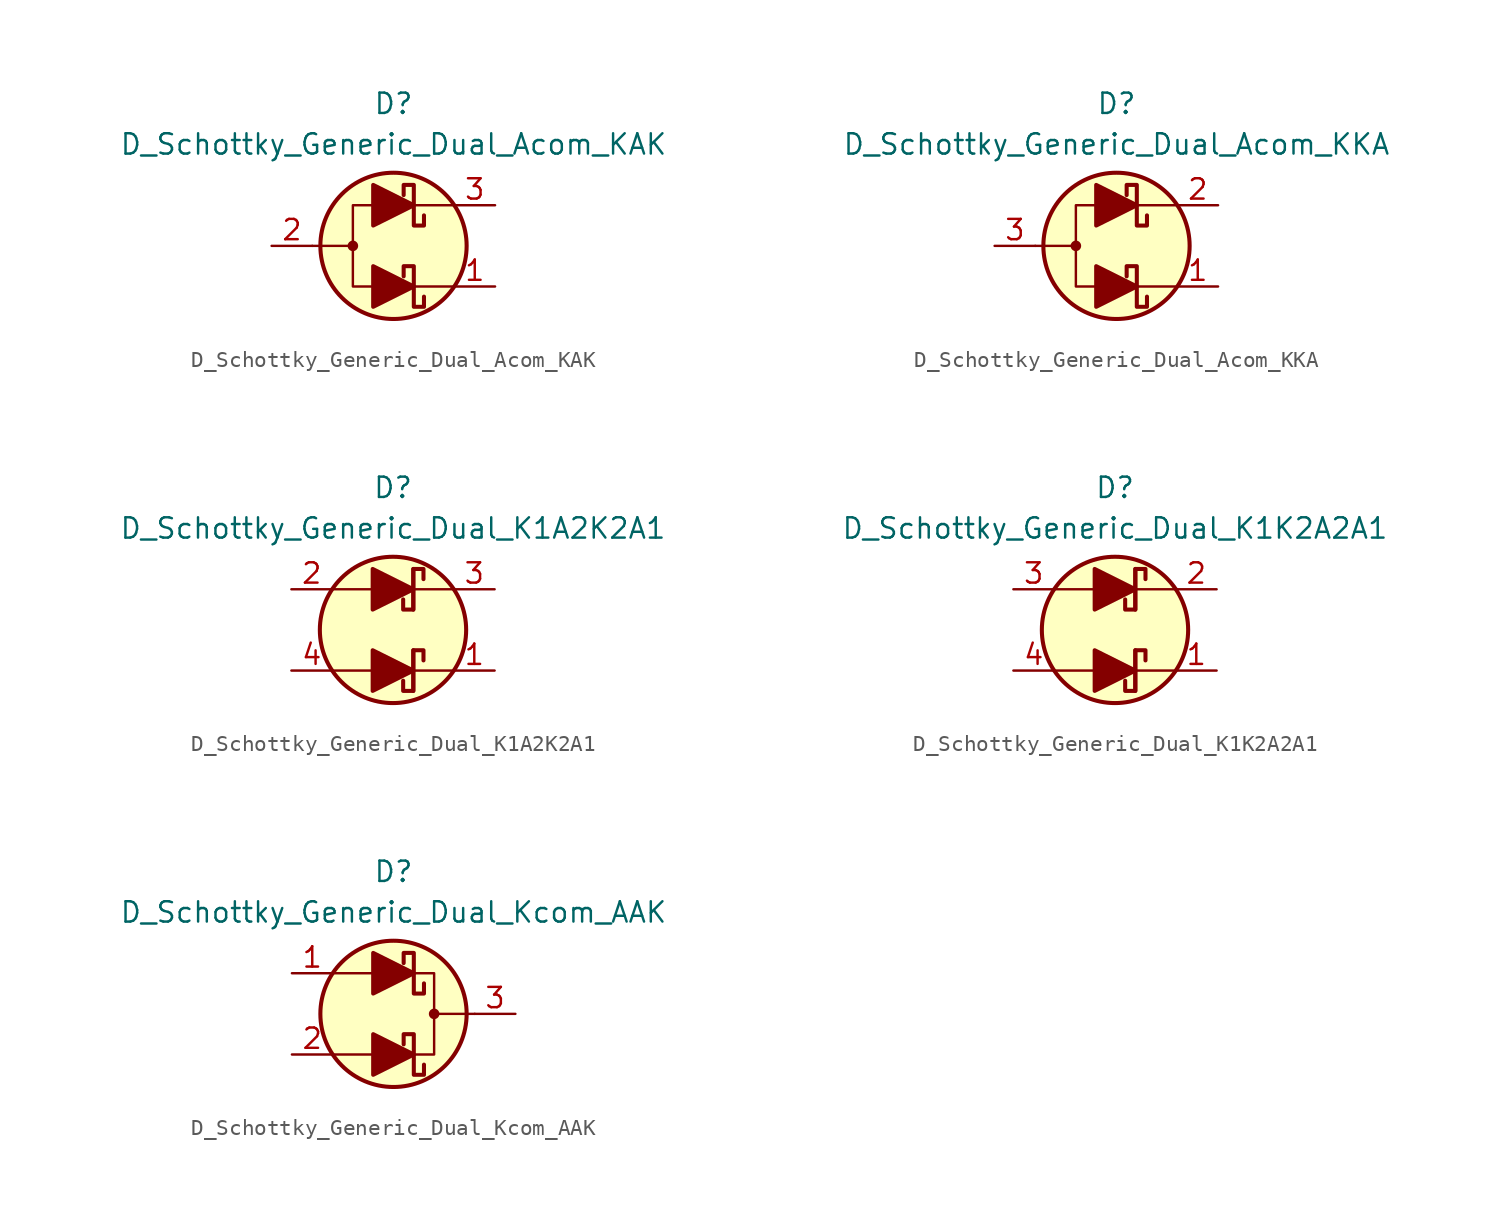
<source format=kicad_sym>
(kicad_symbol_lib
  (version 20201005)
  (generator kicad_symbol_editor)
  (symbol "Diode_Schottky_AKL:D_Schottky_Generic_Dual_Acom_KAK"
    (pin_names
      (offset 1.016) hide)
    (property "Reference" "D"
      (at 0 8.89 0)
      (effects (font (size 1.27 1.27))))
    (property "Value" "D_Schottky_Generic_Dual_Acom_KAK"
      (at 0 6.35 0)
      (effects (font (size 1.27 1.27))))
    (symbol "D_Schottky_Generic_Dual_Acom_KAK_0_1"
      (circle (center -2.54 0) (radius 0.254) (stroke (width 0)) (fill (type outline)))
      (circle (center 0 0) (radius 4.572) (stroke (width 0.254)) (fill (type background)))
      (polyline (pts (xy -5.08 0) (xy -2.54 0)) (stroke (width 0)) (fill (type none)))
      (polyline (pts (xy 1.27 -2.54) (xy 3.81 -2.54)) (stroke (width 0)) (fill (type none)))
      (polyline (pts (xy 1.27 2.54) (xy 3.81 2.54)) (stroke (width 0)) (fill (type none)))
      (polyline (pts (xy -1.27 2.54) (xy -2.54 2.54) (xy -2.54 -2.54) (xy -1.27 -2.54)) (stroke (width 0)) (fill (type none))))
    (symbol "D_Schottky_Generic_Dual_Acom_KAK_1_1"
      (polyline (pts (xy -1.27 -2.54) (xy 1.27 -2.54)) (stroke (width 0)) (fill (type none)))
      (polyline (pts (xy -1.27 2.54) (xy 1.27 2.54)) (stroke (width 0)) (fill (type none)))
      (polyline (pts (xy 1.905 -3.175) (xy 1.905 -3.81) (xy 1.27 -3.81) (xy 1.27 -1.27) (xy 0.635 -1.27) (xy 0.635 -1.905)) (stroke (width 0.254)) (fill (type none)))
      (polyline (pts (xy 1.905 1.905) (xy 1.905 1.27) (xy 1.27 1.27) (xy 1.27 3.81) (xy 0.635 3.81) (xy 0.635 3.175)) (stroke (width 0.254)) (fill (type none)))
      (polyline (pts (xy -1.27 -3.81) (xy -1.27 -1.27) (xy 1.27 -2.54) (xy -1.27 -3.81)) (stroke (width 0.254)) (fill (type outline)))
      (polyline (pts (xy -1.27 1.27) (xy -1.27 3.81) (xy 1.27 2.54) (xy -1.27 1.27)) (stroke (width 0.254)) (fill (type outline)))
      (pin passive line (at 6.35 -2.54 180) (length 2.54) (name "K1" (effects (font (size 1.27 1.27)))) (number "1" (effects (font (size 1.27 1.27)))))
      (pin passive line (at -7.62 0 0) (length 2.54) (name "A" (effects (font (size 1.27 1.27)))) (number "2" (effects (font (size 1.27 1.27)))))
      (pin passive line (at 6.35 2.54 180) (length 2.54) (name "K2" (effects (font (size 1.27 1.27)))) (number "3" (effects (font (size 1.27 1.27)))))))
  (symbol "Diode_Schottky_AKL:D_Schottky_Generic_Dual_Acom_KKA"
    (pin_names
      (offset 1.016) hide)
    (property "Reference" "D"
      (at 0 8.89 0)
      (effects (font (size 1.27 1.27))))
    (property "Value" "D_Schottky_Generic_Dual_Acom_KKA"
      (at 0 6.35 0)
      (effects (font (size 1.27 1.27))))
    (symbol "D_Schottky_Generic_Dual_Acom_KKA_0_1"
      (circle (center -2.54 0) (radius 0.254) (stroke (width 0)) (fill (type outline)))
      (circle (center 0 0) (radius 4.572) (stroke (width 0.254)) (fill (type background)))
      (polyline (pts (xy -5.08 0) (xy -2.54 0)) (stroke (width 0)) (fill (type none)))
      (polyline (pts (xy 1.27 -2.54) (xy 3.81 -2.54)) (stroke (width 0)) (fill (type none)))
      (polyline (pts (xy 1.27 2.54) (xy 3.81 2.54)) (stroke (width 0)) (fill (type none)))
      (polyline (pts (xy -1.27 2.54) (xy -2.54 2.54) (xy -2.54 -2.54) (xy -1.27 -2.54)) (stroke (width 0)) (fill (type none))))
    (symbol "D_Schottky_Generic_Dual_Acom_KKA_1_1"
      (polyline (pts (xy -1.27 -2.54) (xy 1.27 -2.54)) (stroke (width 0)) (fill (type none)))
      (polyline (pts (xy -1.27 2.54) (xy 1.27 2.54)) (stroke (width 0)) (fill (type none)))
      (polyline (pts (xy 1.905 -3.175) (xy 1.905 -3.81) (xy 1.27 -3.81) (xy 1.27 -1.27) (xy 0.635 -1.27) (xy 0.635 -1.905)) (stroke (width 0.254)) (fill (type none)))
      (polyline (pts (xy 1.905 1.905) (xy 1.905 1.27) (xy 1.27 1.27) (xy 1.27 3.81) (xy 0.635 3.81) (xy 0.635 3.175)) (stroke (width 0.254)) (fill (type none)))
      (polyline (pts (xy -1.27 -3.81) (xy -1.27 -1.27) (xy 1.27 -2.54) (xy -1.27 -3.81)) (stroke (width 0.254)) (fill (type outline)))
      (polyline (pts (xy -1.27 1.27) (xy -1.27 3.81) (xy 1.27 2.54) (xy -1.27 1.27)) (stroke (width 0.254)) (fill (type outline)))
      (pin passive line (at 6.35 -2.54 180) (length 2.54) (name "K1" (effects (font (size 1.27 1.27)))) (number "1" (effects (font (size 1.27 1.27)))))
      (pin passive line (at 6.35 2.54 180) (length 2.54) (name "K2" (effects (font (size 1.27 1.27)))) (number "2" (effects (font (size 1.27 1.27)))))
      (pin passive line (at -7.62 0 0) (length 2.54) (name "A" (effects (font (size 1.27 1.27)))) (number "3" (effects (font (size 1.27 1.27)))))))
  (symbol "Diode_Schottky_AKL:D_Schottky_Generic_Dual_K1A2K2A1"
    (pin_names
      (offset 1.016) hide)
    (property "Reference" "D"
      (at 0 8.89 0)
      (effects (font (size 1.27 1.27))))
    (property "Value" "D_Schottky_Generic_Dual_K1A2K2A1"
      (at 0 6.35 0)
      (effects (font (size 1.27 1.27))))
    (symbol "D_Schottky_Generic_Dual_K1A2K2A1_0_1"
      (circle (center 0 0) (radius 4.572) (stroke (width 0.254)) (fill (type background)))
      (polyline (pts (xy -3.81 -2.54) (xy -1.27 -2.54)) (stroke (width 0)) (fill (type none)))
      (polyline (pts (xy -3.81 2.54) (xy -1.27 2.54)) (stroke (width 0)) (fill (type none)))
      (polyline (pts (xy 1.27 -3.81) (xy 1.27 -1.27)) (stroke (width 0.254)) (fill (type none)))
      (polyline (pts (xy 1.27 -2.54) (xy 3.81 -2.54)) (stroke (width 0)) (fill (type none)))
      (polyline (pts (xy 1.27 1.27) (xy 1.27 3.81)) (stroke (width 0.254)) (fill (type none)))
      (polyline (pts (xy 1.27 2.54) (xy 3.81 2.54)) (stroke (width 0)) (fill (type none))))
    (symbol "D_Schottky_Generic_Dual_K1A2K2A1_1_1"
      (polyline (pts (xy -1.27 -2.54) (xy 1.27 -2.54)) (stroke (width 0)) (fill (type none)))
      (polyline (pts (xy -1.27 2.54) (xy 1.27 2.54)) (stroke (width 0)) (fill (type none)))
      (polyline (pts (xy 1.905 -1.905) (xy 1.905 -1.27) (xy 1.27 -1.27) (xy 1.27 -3.81) (xy 0.635 -3.81) (xy 0.635 -3.175)) (stroke (width 0.254)) (fill (type none)))
      (polyline (pts (xy 1.905 3.175) (xy 1.905 3.81) (xy 1.27 3.81) (xy 1.27 1.27) (xy 0.635 1.27) (xy 0.635 1.905)) (stroke (width 0.254)) (fill (type none)))
      (polyline (pts (xy -1.27 -3.81) (xy -1.27 -1.27) (xy 1.27 -2.54) (xy -1.27 -3.81)) (stroke (width 0.254)) (fill (type outline)))
      (polyline (pts (xy -1.27 1.27) (xy -1.27 3.81) (xy 1.27 2.54) (xy -1.27 1.27)) (stroke (width 0.254)) (fill (type outline)))
      (pin passive line (at 6.35 -2.54 180) (length 2.54) (name "K1" (effects (font (size 1.27 1.27)))) (number "1" (effects (font (size 1.27 1.27)))))
      (pin passive line (at -6.35 2.54 0) (length 2.54) (name "A2" (effects (font (size 1.27 1.27)))) (number "2" (effects (font (size 1.27 1.27)))))
      (pin passive line (at 6.35 2.54 180) (length 2.54) (name "K2" (effects (font (size 1.27 1.27)))) (number "3" (effects (font (size 1.27 1.27)))))
      (pin passive line (at -6.35 -2.54 0) (length 2.54) (name "A1" (effects (font (size 1.27 1.27)))) (number "4" (effects (font (size 1.27 1.27)))))))
  (symbol "Diode_Schottky_AKL:D_Schottky_Generic_Dual_K1K2A2A1"
    (pin_names
      (offset 1.016) hide)
    (property "Reference" "D"
      (at 0 8.89 0)
      (effects (font (size 1.27 1.27))))
    (property "Value" "D_Schottky_Generic_Dual_K1K2A2A1"
      (at 0 6.35 0)
      (effects (font (size 1.27 1.27))))
    (symbol "D_Schottky_Generic_Dual_K1K2A2A1_0_1"
      (circle (center 0 0) (radius 4.572) (stroke (width 0.254)) (fill (type background)))
      (polyline (pts (xy -3.81 -2.54) (xy -1.27 -2.54)) (stroke (width 0)) (fill (type none)))
      (polyline (pts (xy -3.81 2.54) (xy -1.27 2.54)) (stroke (width 0)) (fill (type none)))
      (polyline (pts (xy 1.27 -3.81) (xy 1.27 -1.27)) (stroke (width 0.254)) (fill (type none)))
      (polyline (pts (xy 1.27 -2.54) (xy 3.81 -2.54)) (stroke (width 0)) (fill (type none)))
      (polyline (pts (xy 1.27 1.27) (xy 1.27 3.81)) (stroke (width 0.254)) (fill (type none)))
      (polyline (pts (xy 1.27 2.54) (xy 3.81 2.54)) (stroke (width 0)) (fill (type none))))
    (symbol "D_Schottky_Generic_Dual_K1K2A2A1_1_1"
      (polyline (pts (xy -1.27 -2.54) (xy 1.27 -2.54)) (stroke (width 0)) (fill (type none)))
      (polyline (pts (xy -1.27 2.54) (xy 1.27 2.54)) (stroke (width 0)) (fill (type none)))
      (polyline (pts (xy 1.905 -1.905) (xy 1.905 -1.27) (xy 1.27 -1.27) (xy 1.27 -3.81) (xy 0.635 -3.81) (xy 0.635 -3.175)) (stroke (width 0.254)) (fill (type none)))
      (polyline (pts (xy 1.905 3.175) (xy 1.905 3.81) (xy 1.27 3.81) (xy 1.27 1.27) (xy 0.635 1.27) (xy 0.635 1.905)) (stroke (width 0.254)) (fill (type none)))
      (polyline (pts (xy -1.27 -3.81) (xy -1.27 -1.27) (xy 1.27 -2.54) (xy -1.27 -3.81)) (stroke (width 0.254)) (fill (type outline)))
      (polyline (pts (xy -1.27 1.27) (xy -1.27 3.81) (xy 1.27 2.54) (xy -1.27 1.27)) (stroke (width 0.254)) (fill (type outline)))
      (pin passive line (at 6.35 -2.54 180) (length 2.54) (name "K1" (effects (font (size 1.27 1.27)))) (number "1" (effects (font (size 1.27 1.27)))))
      (pin passive line (at 6.35 2.54 180) (length 2.54) (name "K2" (effects (font (size 1.27 1.27)))) (number "2" (effects (font (size 1.27 1.27)))))
      (pin passive line (at -6.35 2.54 0) (length 2.54) (name "A2" (effects (font (size 1.27 1.27)))) (number "3" (effects (font (size 1.27 1.27)))))
      (pin passive line (at -6.35 -2.54 0) (length 2.54) (name "A1" (effects (font (size 1.27 1.27)))) (number "4" (effects (font (size 1.27 1.27)))))))
  (symbol "Diode_Schottky_AKL:D_Schottky_Generic_Dual_Kcom_AAK"
    (pin_names
      (offset 1.016) hide)
    (property "Reference" "D"
      (at 0 8.89 0)
      (effects (font (size 1.27 1.27))))
    (property "Value" "D_Schottky_Generic_Dual_Kcom_AAK"
      (at 0 6.35 0)
      (effects (font (size 1.27 1.27))))
    (symbol "D_Schottky_Generic_Dual_Kcom_AAK_0_1"
      (circle (center 2.54 0) (radius 0.254) (stroke (width 0)) (fill (type outline)))
      (circle (center 0 0) (radius 4.572) (stroke (width 0.254)) (fill (type background)))
      (polyline (pts (xy -1.27 -2.54) (xy -3.81 -2.54)) (stroke (width 0)) (fill (type none)))
      (polyline (pts (xy -1.27 2.54) (xy -3.81 2.54)) (stroke (width 0)) (fill (type none)))
      (polyline (pts (xy 5.08 0) (xy 2.54 0)) (stroke (width 0)) (fill (type none)))
      (polyline (pts (xy 1.27 -2.54) (xy 2.54 -2.54) (xy 2.54 2.54) (xy 1.27 2.54)) (stroke (width 0)) (fill (type none))))
    (symbol "D_Schottky_Generic_Dual_Kcom_AAK_1_1"
      (polyline (pts (xy -1.27 -2.54) (xy 1.27 -2.54)) (stroke (width 0)) (fill (type none)))
      (polyline (pts (xy -1.27 2.54) (xy 1.27 2.54)) (stroke (width 0)) (fill (type none)))
      (polyline (pts (xy 1.905 -3.175) (xy 1.905 -3.81) (xy 1.27 -3.81) (xy 1.27 -1.27) (xy 0.635 -1.27) (xy 0.635 -1.905)) (stroke (width 0.254)) (fill (type none)))
      (polyline (pts (xy 1.905 1.905) (xy 1.905 1.27) (xy 1.27 1.27) (xy 1.27 3.81) (xy 0.635 3.81) (xy 0.635 3.175)) (stroke (width 0.254)) (fill (type none)))
      (polyline (pts (xy -1.27 -3.81) (xy -1.27 -1.27) (xy 1.27 -2.54) (xy -1.27 -3.81)) (stroke (width 0.254)) (fill (type outline)))
      (polyline (pts (xy -1.27 1.27) (xy -1.27 3.81) (xy 1.27 2.54) (xy -1.27 1.27)) (stroke (width 0.254)) (fill (type outline)))
      (pin passive line (at -6.35 2.54 0) (length 2.54) (name "A2" (effects (font (size 1.27 1.27)))) (number "1" (effects (font (size 1.27 1.27)))))
      (pin passive line (at -6.35 -2.54 0) (length 2.54) (name "A1" (effects (font (size 1.27 1.27)))) (number "2" (effects (font (size 1.27 1.27)))))
      (pin passive line (at 7.62 0 180) (length 2.54) (name "K" (effects (font (size 1.27 1.27)))) (number "3" (effects (font (size 1.27 1.27))))))))
</source>
